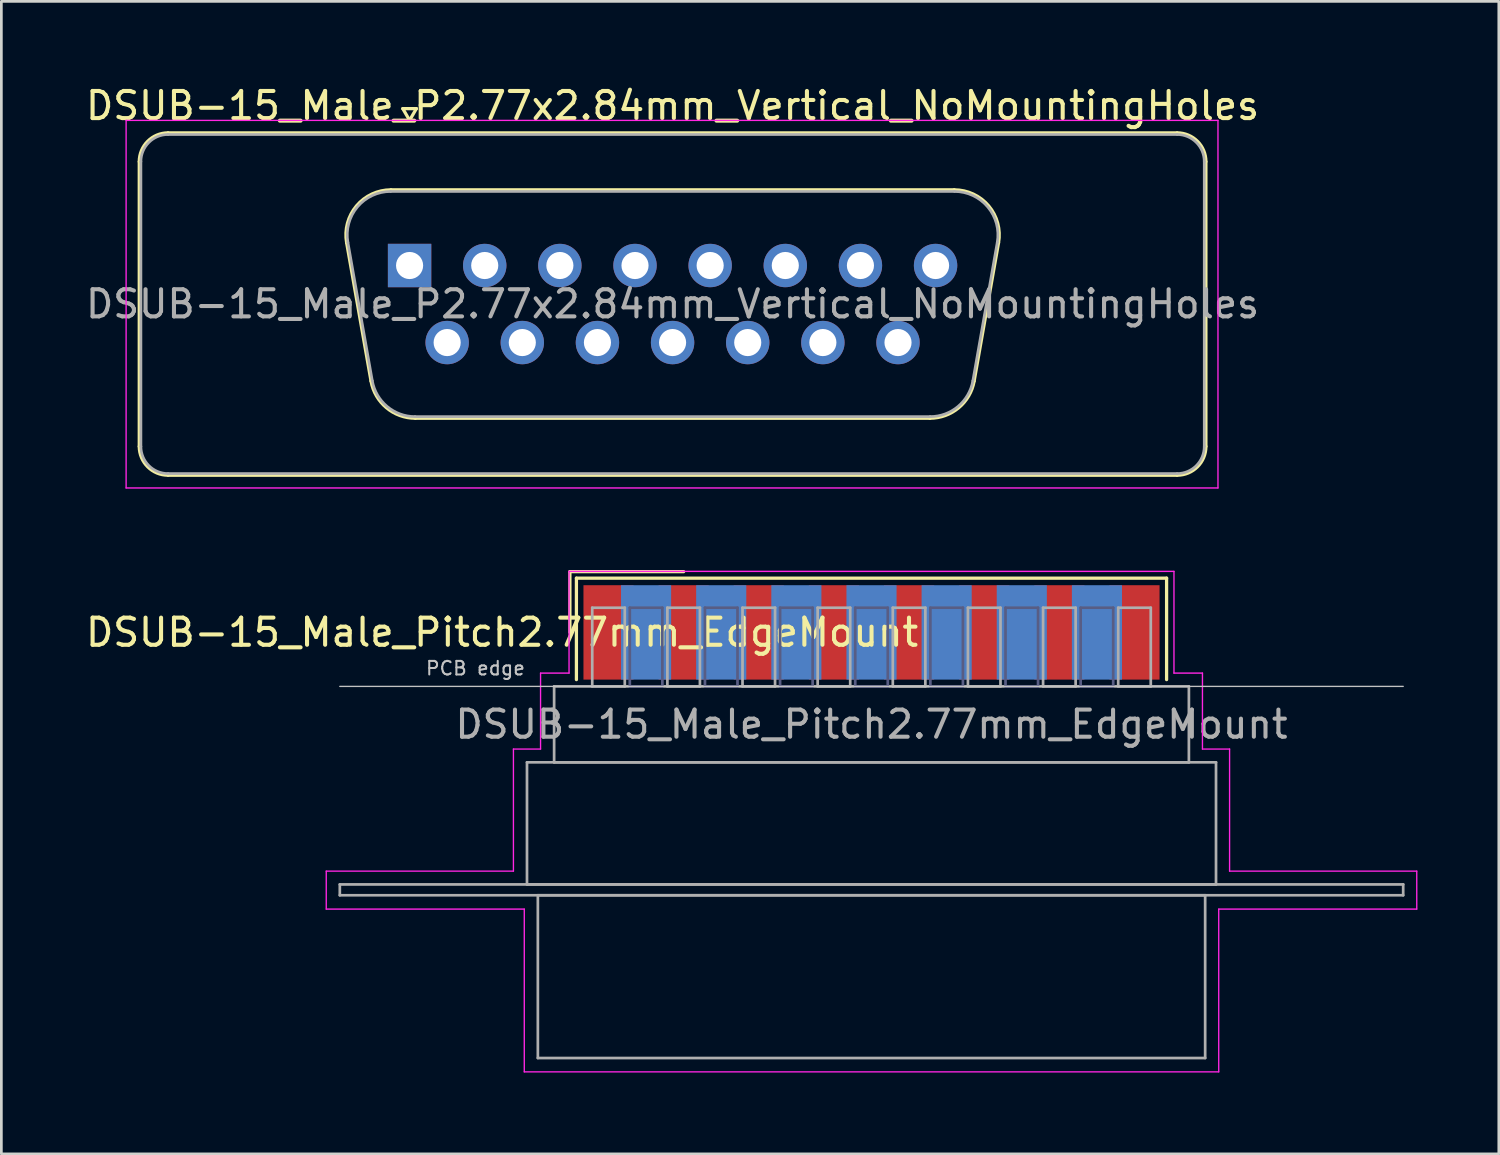
<source format=kicad_pcb>
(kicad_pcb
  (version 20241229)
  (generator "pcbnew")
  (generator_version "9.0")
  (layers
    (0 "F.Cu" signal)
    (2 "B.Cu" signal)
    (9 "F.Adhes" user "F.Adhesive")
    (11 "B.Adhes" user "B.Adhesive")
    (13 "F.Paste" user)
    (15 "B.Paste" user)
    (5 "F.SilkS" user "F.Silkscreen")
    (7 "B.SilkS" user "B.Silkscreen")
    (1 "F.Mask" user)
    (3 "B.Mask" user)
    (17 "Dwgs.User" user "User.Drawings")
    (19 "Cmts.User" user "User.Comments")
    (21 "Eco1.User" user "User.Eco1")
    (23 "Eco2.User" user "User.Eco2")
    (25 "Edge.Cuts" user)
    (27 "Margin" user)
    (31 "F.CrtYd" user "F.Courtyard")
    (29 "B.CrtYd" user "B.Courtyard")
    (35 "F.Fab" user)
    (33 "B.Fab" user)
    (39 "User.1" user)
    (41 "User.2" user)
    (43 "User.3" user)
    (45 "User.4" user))
  (footprint "DSUB-15_Male_P2.77x2.84mm_Vertical_NoMountingHoles"
    (layer "F.Cu")
    (at 12.049 6.738)
    (property "Reference" "DSUB-15_Male_P2.77x2.84mm_Vertical_NoMountingHoles" (at 9.695 -5.89 0) (layer "F.SilkS") (effects (font (size 1 1) (thickness 0.15))))
    (attr through_hole)
    (fp_line (start -9.965 6.67) (end -9.965 -3.83) (stroke (width 0.12) (type solid)) (layer "F.SilkS"))
    (fp_line (start -8.905 -4.89) (end 28.295 -4.89) (stroke (width 0.12) (type solid)) (layer "F.SilkS"))
    (fp_line (start -2.321 -0.842) (end -1.422 4.258) (stroke (width 0.12) (type solid)) (layer "F.SilkS"))
    (fp_line (start -0.687 -2.79) (end 20.077 -2.79) (stroke (width 0.12) (type solid)) (layer "F.SilkS"))
    (fp_line (start -0.25 -5.784) (end 0.25 -5.784) (stroke (width 0.12) (type solid)) (layer "F.SilkS"))
    (fp_line (start 0 -5.351) (end -0.25 -5.784) (stroke (width 0.12) (type solid)) (layer "F.SilkS"))
    (fp_line (start 0.213 5.63) (end 19.177 5.63) (stroke (width 0.12) (type solid)) (layer "F.SilkS"))
    (fp_line (start 0.25 -5.784) (end 0 -5.351) (stroke (width 0.12) (type solid)) (layer "F.SilkS"))
    (fp_line (start 21.711 -0.842) (end 20.812 4.258) (stroke (width 0.12) (type solid)) (layer "F.SilkS"))
    (fp_line (start 28.295 7.73) (end -8.905 7.73) (stroke (width 0.12) (type solid)) (layer "F.SilkS"))
    (fp_line (start 29.355 -3.83) (end 29.355 6.67) (stroke (width 0.12) (type solid)) (layer "F.SilkS"))
    (fp_arc (start -9.965 -3.83) (mid -9.654533 -4.579533) (end -8.905 -4.89) (stroke (width 0.12) (type solid)) (layer "F.SilkS"))
    (fp_arc (start -8.905 7.73) (mid -9.654533 7.419533) (end -9.965 6.67) (stroke (width 0.12) (type solid)) (layer "F.SilkS"))
    (fp_arc (start -2.32147 -0.841744) (mid -1.958323 -2.197028) (end -0.686689 -2.79) (stroke (width 0.12) (type solid)) (layer "F.SilkS"))
    (fp_arc (start 0.212579 5.63) (mid -0.854448 5.241634) (end -1.422202 4.258256) (stroke (width 0.12) (type solid)) (layer "F.SilkS"))
    (fp_arc (start 20.076689 -2.79) (mid 21.348323 -2.197027) (end 21.71147 -0.841744) (stroke (width 0.12) (type solid)) (layer "F.SilkS"))
    (fp_arc (start 20.812202 4.258256) (mid 20.244449 5.241634) (end 19.177421 5.63) (stroke (width 0.12) (type solid)) (layer "F.SilkS"))
    (fp_arc (start 28.295 -4.89) (mid 29.044533 -4.579533) (end 29.355 -3.83) (stroke (width 0.12) (type solid)) (layer "F.SilkS"))
    (fp_arc (start 29.355 6.67) (mid 29.044533 7.419533) (end 28.295 7.73) (stroke (width 0.12) (type solid)) (layer "F.SilkS"))
    (fp_line (start -10.45 -5.35) (end -10.45 8.2) (stroke (width 0.05) (type solid)) (layer "F.CrtYd"))
    (fp_line (start -10.45 8.2) (end 29.8 8.2) (stroke (width 0.05) (type solid)) (layer "F.CrtYd"))
    (fp_line (start 29.8 -5.35) (end -10.45 -5.35) (stroke (width 0.05) (type solid)) (layer "F.CrtYd"))
    (fp_line (start 29.8 8.2) (end 29.8 -5.35) (stroke (width 0.05) (type solid)) (layer "F.CrtYd"))
    (fp_line (start -9.905 6.67) (end -9.905 -3.83) (stroke (width 0.1) (type solid)) (layer "F.Fab"))
    (fp_line (start -8.905 -4.83) (end 28.295 -4.83) (stroke (width 0.1) (type solid)) (layer "F.Fab"))
    (fp_line (start -2.274 -0.852) (end -1.375 4.248) (stroke (width 0.1) (type solid)) (layer "F.Fab"))
    (fp_line (start -0.698 -2.73) (end 20.088 -2.73) (stroke (width 0.1) (type solid)) (layer "F.Fab"))
    (fp_line (start 0.201 5.57) (end 19.189 5.57) (stroke (width 0.1) (type solid)) (layer "F.Fab"))
    (fp_line (start 21.664 -0.852) (end 20.765 4.248) (stroke (width 0.1) (type solid)) (layer "F.Fab"))
    (fp_line (start 28.295 7.67) (end -8.905 7.67) (stroke (width 0.1) (type solid)) (layer "F.Fab"))
    (fp_line (start 29.295 -3.83) (end 29.295 6.67) (stroke (width 0.1) (type solid)) (layer "F.Fab"))
    (fp_arc (start -9.905 -3.83) (mid -9.612107 -4.537107) (end -8.905 -4.83) (stroke (width 0.1) (type solid)) (layer "F.Fab"))
    (fp_arc (start -8.905 7.67) (mid -9.612107 7.377107) (end -9.905 6.67) (stroke (width 0.1) (type solid)) (layer "F.Fab"))
    (fp_arc (start -2.273886 -0.852163) (mid -1.923865 -2.15846) (end -0.698194 -2.73) (stroke (width 0.1) (type solid)) (layer "F.Fab"))
    (fp_arc (start 0.201073 5.57) (mid -0.827387 5.195671) (end -1.374619 4.247837) (stroke (width 0.1) (type solid)) (layer "F.Fab"))
    (fp_arc (start 20.088194 -2.73) (mid 21.313865 -2.15846) (end 21.663886 -0.852163) (stroke (width 0.1) (type solid)) (layer "F.Fab"))
    (fp_arc (start 20.764619 4.247837) (mid 20.217387 5.195671) (end 19.188927 5.57) (stroke (width 0.1) (type solid)) (layer "F.Fab"))
    (fp_arc (start 28.295 -4.83) (mid 29.002107 -4.537107) (end 29.295 -3.83) (stroke (width 0.1) (type solid)) (layer "F.Fab"))
    (fp_arc (start 29.295 6.67) (mid 29.002107 7.377107) (end 28.295 7.67) (stroke (width 0.1) (type solid)) (layer "F.Fab"))
    (fp_text user "${REFERENCE}" (at 9.695 1.42 0) (layer "F.Fab") (effects (font (size 1 1) (thickness 0.15))))
    (pad "1" thru_hole rect (at 0 0) (size 1.6 1.6) (drill 1) (layers "*.Cu" "*.Mask"))
    (pad "2" thru_hole circle (at 2.77 0) (size 1.6 1.6) (drill 1) (layers "*.Cu" "*.Mask"))
    (pad "3" thru_hole circle (at 5.54 0) (size 1.6 1.6) (drill 1) (layers "*.Cu" "*.Mask"))
    (pad "4" thru_hole circle (at 8.31 0) (size 1.6 1.6) (drill 1) (layers "*.Cu" "*.Mask"))
    (pad "5" thru_hole circle (at 11.08 0) (size 1.6 1.6) (drill 1) (layers "*.Cu" "*.Mask"))
    (pad "6" thru_hole circle (at 13.85 0) (size 1.6 1.6) (drill 1) (layers "*.Cu" "*.Mask"))
    (pad "7" thru_hole circle (at 16.62 0) (size 1.6 1.6) (drill 1) (layers "*.Cu" "*.Mask"))
    (pad "8" thru_hole circle (at 19.39 0) (size 1.6 1.6) (drill 1) (layers "*.Cu" "*.Mask"))
    (pad "9" thru_hole circle (at 1.385 2.84) (size 1.6 1.6) (drill 1) (layers "*.Cu" "*.Mask"))
    (pad "10" thru_hole circle (at 4.155 2.84) (size 1.6 1.6) (drill 1) (layers "*.Cu" "*.Mask"))
    (pad "11" thru_hole circle (at 6.925 2.84) (size 1.6 1.6) (drill 1) (layers "*.Cu" "*.Mask"))
    (pad "12" thru_hole circle (at 9.695 2.84) (size 1.6 1.6) (drill 1) (layers "*.Cu" "*.Mask"))
    (pad "13" thru_hole circle (at 12.465 2.84) (size 1.6 1.6) (drill 1) (layers "*.Cu" "*.Mask"))
    (pad "14" thru_hole circle (at 15.235 2.84) (size 1.6 1.6) (drill 1) (layers "*.Cu" "*.Mask"))
    (pad "15" thru_hole circle (at 18.005 2.84) (size 1.6 1.6) (drill 1) (layers "*.Cu" "*.Mask")))
  (footprint "DSUB-15_Male_Pitch2.77mm_EdgeMount"
    (layer "F.Cu")
    (at 29.077 20.263)
    (property "Reference" "DSUB-15_Male_Pitch2.77mm_EdgeMount" (at -13.618 0 0) (layer "F.SilkS") (effects (font (size 1 1) (thickness 0.15))))
    (attr smd)
    (fp_line (start -11.118 -2.24) (end -6.925 -2.24) (stroke (width 0.12) (type solid)) (layer "F.SilkS"))
    (fp_line (start -11.118 0) (end -11.118 -2.24) (stroke (width 0.12) (type solid)) (layer "F.SilkS"))
    (fp_line (start -10.878 -2) (end -10.878 1.74) (stroke (width 0.12) (type solid)) (layer "F.SilkS"))
    (fp_line (start 10.878 -2) (end -10.878 -2) (stroke (width 0.12) (type solid)) (layer "F.SilkS"))
    (fp_line (start 10.878 1.74) (end 10.878 -2) (stroke (width 0.12) (type solid)) (layer "F.SilkS"))
    (fp_line (start -19.6 1.99) (end 19.6 1.99) (stroke (width 0.05) (type solid)) (layer "Dwgs.User"))
    (fp_line (start -20.1 8.8) (end -13.2 8.8) (stroke (width 0.05) (type solid)) (layer "F.CrtYd"))
    (fp_line (start -20.1 10.2) (end -20.1 8.8) (stroke (width 0.05) (type solid)) (layer "F.CrtYd"))
    (fp_line (start -13.2 4.3) (end -12.2 4.3) (stroke (width 0.05) (type solid)) (layer "F.CrtYd"))
    (fp_line (start -13.2 8.8) (end -13.2 4.3) (stroke (width 0.05) (type solid)) (layer "F.CrtYd"))
    (fp_line (start -12.8 10.2) (end -20.1 10.2) (stroke (width 0.05) (type solid)) (layer "F.CrtYd"))
    (fp_line (start -12.8 16.2) (end -12.8 10.2) (stroke (width 0.05) (type solid)) (layer "F.CrtYd"))
    (fp_line (start -12.2 1.5) (end -11.15 1.5) (stroke (width 0.05) (type solid)) (layer "F.CrtYd"))
    (fp_line (start -12.2 4.3) (end -12.2 1.5) (stroke (width 0.05) (type solid)) (layer "F.CrtYd"))
    (fp_line (start -11.15 -2.25) (end 11.15 -2.25) (stroke (width 0.05) (type solid)) (layer "F.CrtYd"))
    (fp_line (start -11.15 1.5) (end -11.15 -2.25) (stroke (width 0.05) (type solid)) (layer "F.CrtYd"))
    (fp_line (start 11.15 -2.25) (end 11.15 1.5) (stroke (width 0.05) (type solid)) (layer "F.CrtYd"))
    (fp_line (start 11.15 1.5) (end 12.2 1.5) (stroke (width 0.05) (type solid)) (layer "F.CrtYd"))
    (fp_line (start 12.2 1.5) (end 12.2 4.3) (stroke (width 0.05) (type solid)) (layer "F.CrtYd"))
    (fp_line (start 12.2 4.3) (end 13.2 4.3) (stroke (width 0.05) (type solid)) (layer "F.CrtYd"))
    (fp_line (start 12.8 10.2) (end 12.8 16.2) (stroke (width 0.05) (type solid)) (layer "F.CrtYd"))
    (fp_line (start 12.8 16.2) (end -12.8 16.2) (stroke (width 0.05) (type solid)) (layer "F.CrtYd"))
    (fp_line (start 13.2 4.3) (end 13.2 8.8) (stroke (width 0.05) (type solid)) (layer "F.CrtYd"))
    (fp_line (start 13.2 8.8) (end 20.1 8.8) (stroke (width 0.05) (type solid)) (layer "F.CrtYd"))
    (fp_line (start 20.1 8.8) (end 20.1 10.2) (stroke (width 0.05) (type solid)) (layer "F.CrtYd"))
    (fp_line (start 20.1 10.2) (end 12.8 10.2) (stroke (width 0.05) (type solid)) (layer "F.CrtYd"))
    (fp_line (start -8.91 -0.91) (end -8.91 1.99) (stroke (width 0.1) (type solid)) (layer "B.Fab"))
    (fp_line (start -8.91 1.99) (end -7.71 1.99) (stroke (width 0.1) (type solid)) (layer "B.Fab"))
    (fp_line (start -7.71 -0.91) (end -8.91 -0.91) (stroke (width 0.1) (type solid)) (layer "B.Fab"))
    (fp_line (start -7.71 1.99) (end -7.71 -0.91) (stroke (width 0.1) (type solid)) (layer "B.Fab"))
    (fp_line (start -6.14 -0.91) (end -6.14 1.99) (stroke (width 0.1) (type solid)) (layer "B.Fab"))
    (fp_line (start -6.14 1.99) (end -4.94 1.99) (stroke (width 0.1) (type solid)) (layer "B.Fab"))
    (fp_line (start -4.94 -0.91) (end -6.14 -0.91) (stroke (width 0.1) (type solid)) (layer "B.Fab"))
    (fp_line (start -4.94 1.99) (end -4.94 -0.91) (stroke (width 0.1) (type solid)) (layer "B.Fab"))
    (fp_line (start -3.37 -0.91) (end -3.37 1.99) (stroke (width 0.1) (type solid)) (layer "B.Fab"))
    (fp_line (start -3.37 1.99) (end -2.17 1.99) (stroke (width 0.1) (type solid)) (layer "B.Fab"))
    (fp_line (start -2.17 -0.91) (end -3.37 -0.91) (stroke (width 0.1) (type solid)) (layer "B.Fab"))
    (fp_line (start -2.17 1.99) (end -2.17 -0.91) (stroke (width 0.1) (type solid)) (layer "B.Fab"))
    (fp_line (start -0.6 -0.91) (end -0.6 1.99) (stroke (width 0.1) (type solid)) (layer "B.Fab"))
    (fp_line (start -0.6 1.99) (end 0.6 1.99) (stroke (width 0.1) (type solid)) (layer "B.Fab"))
    (fp_line (start 0.6 -0.91) (end -0.6 -0.91) (stroke (width 0.1) (type solid)) (layer "B.Fab"))
    (fp_line (start 0.6 1.99) (end 0.6 -0.91) (stroke (width 0.1) (type solid)) (layer "B.Fab"))
    (fp_line (start 2.17 -0.91) (end 2.17 1.99) (stroke (width 0.1) (type solid)) (layer "B.Fab"))
    (fp_line (start 2.17 1.99) (end 3.37 1.99) (stroke (width 0.1) (type solid)) (layer "B.Fab"))
    (fp_line (start 3.37 -0.91) (end 2.17 -0.91) (stroke (width 0.1) (type solid)) (layer "B.Fab"))
    (fp_line (start 3.37 1.99) (end 3.37 -0.91) (stroke (width 0.1) (type solid)) (layer "B.Fab"))
    (fp_line (start 4.94 -0.91) (end 4.94 1.99) (stroke (width 0.1) (type solid)) (layer "B.Fab"))
    (fp_line (start 4.94 1.99) (end 6.14 1.99) (stroke (width 0.1) (type solid)) (layer "B.Fab"))
    (fp_line (start 6.14 -0.91) (end 4.94 -0.91) (stroke (width 0.1) (type solid)) (layer "B.Fab"))
    (fp_line (start 6.14 1.99) (end 6.14 -0.91) (stroke (width 0.1) (type solid)) (layer "B.Fab"))
    (fp_line (start 7.71 -0.91) (end 7.71 1.99) (stroke (width 0.1) (type solid)) (layer "B.Fab"))
    (fp_line (start 7.71 1.99) (end 8.91 1.99) (stroke (width 0.1) (type solid)) (layer "B.Fab"))
    (fp_line (start 8.91 -0.91) (end 7.71 -0.91) (stroke (width 0.1) (type solid)) (layer "B.Fab"))
    (fp_line (start 8.91 1.99) (end 8.91 -0.91) (stroke (width 0.1) (type solid)) (layer "B.Fab"))
    (fp_line (start -19.6 9.29) (end -19.6 9.69) (stroke (width 0.1) (type solid)) (layer "F.Fab"))
    (fp_line (start -19.6 9.69) (end 19.6 9.69) (stroke (width 0.1) (type solid)) (layer "F.Fab"))
    (fp_line (start -12.7 4.79) (end -12.7 9.29) (stroke (width 0.1) (type solid)) (layer "F.Fab"))
    (fp_line (start -12.7 9.29) (end 12.7 9.29) (stroke (width 0.1) (type solid)) (layer "F.Fab"))
    (fp_line (start -12.3 9.69) (end -12.3 15.69) (stroke (width 0.1) (type solid)) (layer "F.Fab"))
    (fp_line (start -12.3 15.69) (end 12.3 15.69) (stroke (width 0.1) (type solid)) (layer "F.Fab"))
    (fp_line (start -11.7 1.99) (end -11.7 4.79) (stroke (width 0.1) (type solid)) (layer "F.Fab"))
    (fp_line (start -11.7 4.79) (end 11.7 4.79) (stroke (width 0.1) (type solid)) (layer "F.Fab"))
    (fp_line (start -10.295 -0.91) (end -10.295 1.99) (stroke (width 0.1) (type solid)) (layer "F.Fab"))
    (fp_line (start -10.295 1.99) (end -9.095 1.99) (stroke (width 0.1) (type solid)) (layer "F.Fab"))
    (fp_line (start -9.095 -0.91) (end -10.295 -0.91) (stroke (width 0.1) (type solid)) (layer "F.Fab"))
    (fp_line (start -9.095 1.99) (end -9.095 -0.91) (stroke (width 0.1) (type solid)) (layer "F.Fab"))
    (fp_line (start -7.525 -0.91) (end -7.525 1.99) (stroke (width 0.1) (type solid)) (layer "F.Fab"))
    (fp_line (start -7.525 1.99) (end -6.325 1.99) (stroke (width 0.1) (type solid)) (layer "F.Fab"))
    (fp_line (start -6.325 -0.91) (end -7.525 -0.91) (stroke (width 0.1) (type solid)) (layer "F.Fab"))
    (fp_line (start -6.325 1.99) (end -6.325 -0.91) (stroke (width 0.1) (type solid)) (layer "F.Fab"))
    (fp_line (start -4.755 -0.91) (end -4.755 1.99) (stroke (width 0.1) (type solid)) (layer "F.Fab"))
    (fp_line (start -4.755 1.99) (end -3.555 1.99) (stroke (width 0.1) (type solid)) (layer "F.Fab"))
    (fp_line (start -3.555 -0.91) (end -4.755 -0.91) (stroke (width 0.1) (type solid)) (layer "F.Fab"))
    (fp_line (start -3.555 1.99) (end -3.555 -0.91) (stroke (width 0.1) (type solid)) (layer "F.Fab"))
    (fp_line (start -1.985 -0.91) (end -1.985 1.99) (stroke (width 0.1) (type solid)) (layer "F.Fab"))
    (fp_line (start -1.985 1.99) (end -0.785 1.99) (stroke (width 0.1) (type solid)) (layer "F.Fab"))
    (fp_line (start -0.785 -0.91) (end -1.985 -0.91) (stroke (width 0.1) (type solid)) (layer "F.Fab"))
    (fp_line (start -0.785 1.99) (end -0.785 -0.91) (stroke (width 0.1) (type solid)) (layer "F.Fab"))
    (fp_line (start 0.785 -0.91) (end 0.785 1.99) (stroke (width 0.1) (type solid)) (layer "F.Fab"))
    (fp_line (start 0.785 1.99) (end 1.985 1.99) (stroke (width 0.1) (type solid)) (layer "F.Fab"))
    (fp_line (start 1.985 -0.91) (end 0.785 -0.91) (stroke (width 0.1) (type solid)) (layer "F.Fab"))
    (fp_line (start 1.985 1.99) (end 1.985 -0.91) (stroke (width 0.1) (type solid)) (layer "F.Fab"))
    (fp_line (start 3.555 -0.91) (end 3.555 1.99) (stroke (width 0.1) (type solid)) (layer "F.Fab"))
    (fp_line (start 3.555 1.99) (end 4.755 1.99) (stroke (width 0.1) (type solid)) (layer "F.Fab"))
    (fp_line (start 4.755 -0.91) (end 3.555 -0.91) (stroke (width 0.1) (type solid)) (layer "F.Fab"))
    (fp_line (start 4.755 1.99) (end 4.755 -0.91) (stroke (width 0.1) (type solid)) (layer "F.Fab"))
    (fp_line (start 6.325 -0.91) (end 6.325 1.99) (stroke (width 0.1) (type solid)) (layer "F.Fab"))
    (fp_line (start 6.325 1.99) (end 7.525 1.99) (stroke (width 0.1) (type solid)) (layer "F.Fab"))
    (fp_line (start 7.525 -0.91) (end 6.325 -0.91) (stroke (width 0.1) (type solid)) (layer "F.Fab"))
    (fp_line (start 7.525 1.99) (end 7.525 -0.91) (stroke (width 0.1) (type solid)) (layer "F.Fab"))
    (fp_line (start 9.095 -0.91) (end 9.095 1.99) (stroke (width 0.1) (type solid)) (layer "F.Fab"))
    (fp_line (start 9.095 1.99) (end 10.295 1.99) (stroke (width 0.1) (type solid)) (layer "F.Fab"))
    (fp_line (start 10.295 -0.91) (end 9.095 -0.91) (stroke (width 0.1) (type solid)) (layer "F.Fab"))
    (fp_line (start 10.295 1.99) (end 10.295 -0.91) (stroke (width 0.1) (type solid)) (layer "F.Fab"))
    (fp_line (start 11.7 1.99) (end -11.7 1.99) (stroke (width 0.1) (type solid)) (layer "F.Fab"))
    (fp_line (start 11.7 4.79) (end 11.7 1.99) (stroke (width 0.1) (type solid)) (layer "F.Fab"))
    (fp_line (start 12.3 9.69) (end -12.3 9.69) (stroke (width 0.1) (type solid)) (layer "F.Fab"))
    (fp_line (start 12.3 15.69) (end 12.3 9.69) (stroke (width 0.1) (type solid)) (layer "F.Fab"))
    (fp_line (start 12.7 4.79) (end -12.7 4.79) (stroke (width 0.1) (type solid)) (layer "F.Fab"))
    (fp_line (start 12.7 9.29) (end 12.7 4.79) (stroke (width 0.1) (type solid)) (layer "F.Fab"))
    (fp_line (start 19.6 9.29) (end -19.6 9.29) (stroke (width 0.1) (type solid)) (layer "F.Fab"))
    (fp_line (start 19.6 9.69) (end 19.6 9.29) (stroke (width 0.1) (type solid)) (layer "F.Fab"))
    (fp_text user "PCB edge" (at -14.6 1.323 0) (layer "Dwgs.User") (effects (font (size 0.5 0.5) (thickness 0.075))))
    (fp_text user "${REFERENCE}" (at 0 3.39 0) (layer "F.Fab") (effects (font (size 1 1) (thickness 0.15))))
    (pad "1" smd rect (at -9.695 0) (size 1.847 3.48) (layers "F.Cu" "F.Mask" "F.Paste"))
    (pad "2" smd rect (at -6.925 0) (size 1.847 3.48) (layers "F.Cu" "F.Mask" "F.Paste"))
    (pad "3" smd rect (at -4.155 0) (size 1.847 3.48) (layers "F.Cu" "F.Mask" "F.Paste"))
    (pad "4" smd rect (at -1.385 0) (size 1.847 3.48) (layers "F.Cu" "F.Mask" "F.Paste"))
    (pad "5" smd rect (at 1.385 0) (size 1.847 3.48) (layers "F.Cu" "F.Mask" "F.Paste"))
    (pad "6" smd rect (at 4.155 0) (size 1.847 3.48) (layers "F.Cu" "F.Mask" "F.Paste"))
    (pad "7" smd rect (at 6.925 0) (size 1.847 3.48) (layers "F.Cu" "F.Mask" "F.Paste"))
    (pad "8" smd rect (at 9.695 0) (size 1.847 3.48) (layers "F.Cu" "F.Mask" "F.Paste"))
    (pad "9" smd rect (at -8.31 0) (size 1.847 3.48) (layers "B.Cu" "B.Mask" "B.Paste"))
    (pad "10" smd rect (at -5.54 0) (size 1.847 3.48) (layers "B.Cu" "B.Mask" "B.Paste"))
    (pad "11" smd rect (at -2.77 0) (size 1.847 3.48) (layers "B.Cu" "B.Mask" "B.Paste"))
    (pad "12" smd rect (at 0 0) (size 1.847 3.48) (layers "B.Cu" "B.Mask" "B.Paste"))
    (pad "13" smd rect (at 2.77 0) (size 1.847 3.48) (layers "B.Cu" "B.Mask" "B.Paste"))
    (pad "14" smd rect (at 5.54 0) (size 1.847 3.48) (layers "B.Cu" "B.Mask" "B.Paste"))
    (pad "15" smd rect (at 8.31 0) (size 1.847 3.48) (layers "B.Cu" "B.Mask" "B.Paste")))
  (gr_rect
    (start -3 -3)
    (end 52.202 39.488)
    (stroke (width 0.1) (type default))
    (fill no)
    (layer "Edge.Cuts")))
</source>
